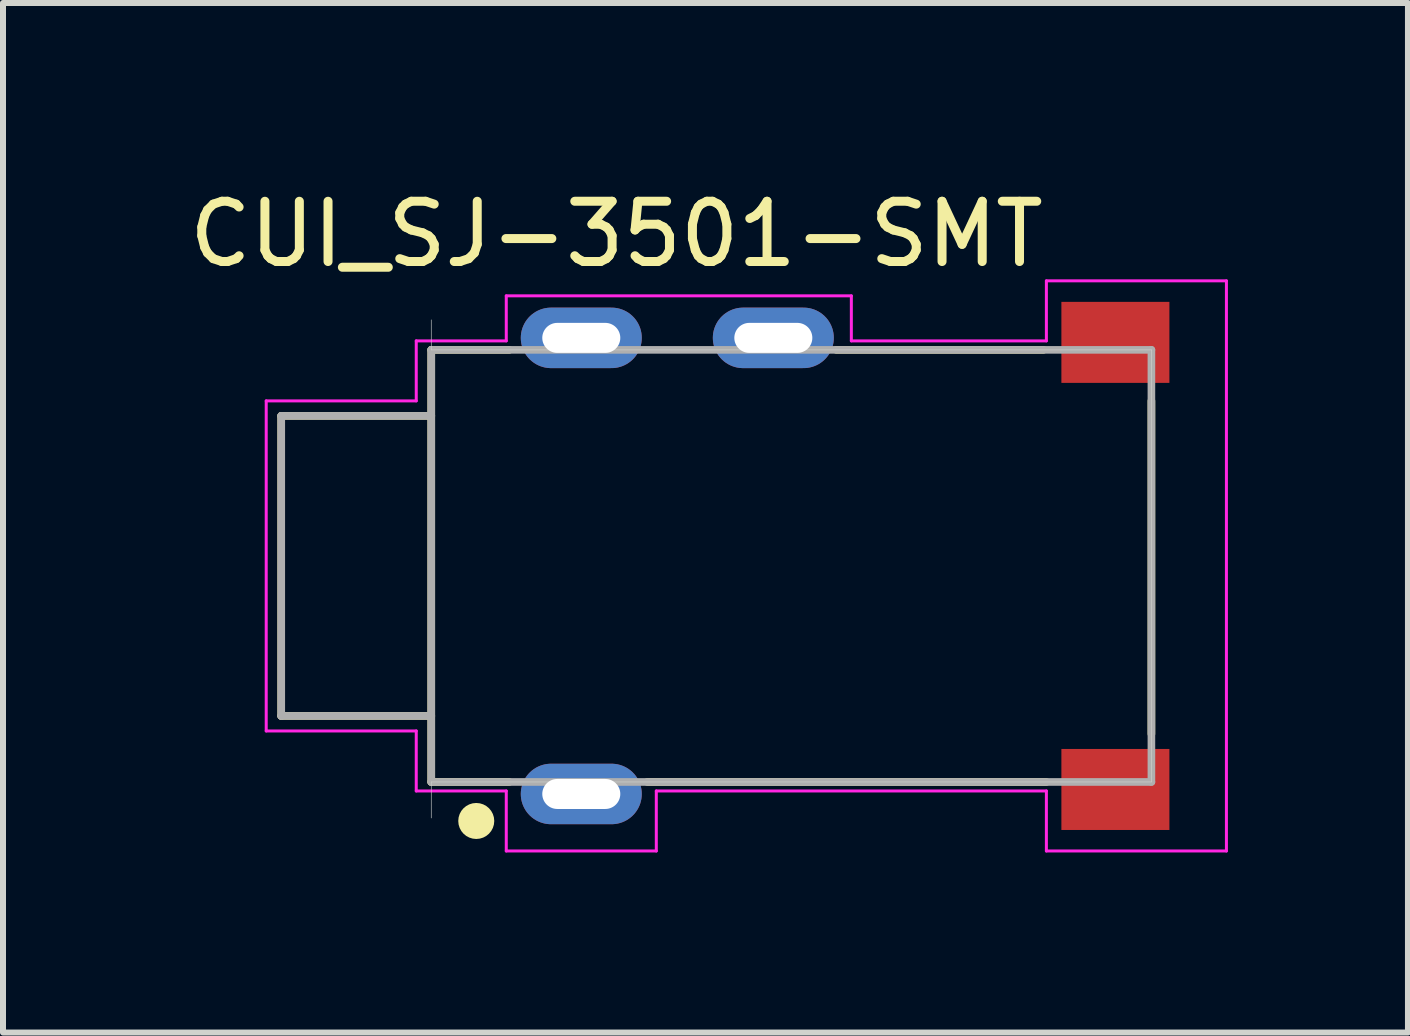
<source format=kicad_pcb>
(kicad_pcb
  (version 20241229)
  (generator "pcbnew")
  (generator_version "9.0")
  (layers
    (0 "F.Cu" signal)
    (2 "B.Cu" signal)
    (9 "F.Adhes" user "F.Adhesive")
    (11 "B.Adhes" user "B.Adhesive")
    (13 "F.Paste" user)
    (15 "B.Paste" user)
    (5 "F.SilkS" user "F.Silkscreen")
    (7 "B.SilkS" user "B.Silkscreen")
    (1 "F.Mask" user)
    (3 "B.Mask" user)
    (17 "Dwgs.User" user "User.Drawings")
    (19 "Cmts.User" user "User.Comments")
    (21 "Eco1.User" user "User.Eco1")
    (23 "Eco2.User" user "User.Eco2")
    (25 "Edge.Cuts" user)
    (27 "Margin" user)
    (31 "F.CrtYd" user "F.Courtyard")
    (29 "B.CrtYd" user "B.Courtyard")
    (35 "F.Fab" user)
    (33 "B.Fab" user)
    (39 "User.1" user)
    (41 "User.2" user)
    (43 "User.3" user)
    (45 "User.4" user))
  (footprint "CUI_SJ-3501-SMT"
    (layer "F.Cu")
    (at 10.136 6.38)
    (property "Reference" "CUI_SJ-3501-SMT" (at -2.915 -5.529 0) (layer "F.SilkS") (effects (font (size 1.004 1.004) (thickness 0.15))))
    (attr through_hole)
    (fp_line (start -8.5 -2.5) (end -8.5 2.5) (stroke (width 0.127) (type solid)) (layer "F.SilkS"))
    (fp_line (start -8.5 2.5) (end -6 2.5) (stroke (width 0.127) (type solid)) (layer "F.SilkS"))
    (fp_line (start -6 -3.6) (end -6 -2.5) (stroke (width 0.127) (type solid)) (layer "F.SilkS"))
    (fp_line (start -6 -2.5) (end -8.5 -2.5) (stroke (width 0.127) (type solid)) (layer "F.SilkS"))
    (fp_line (start -6 -2.5) (end -6 2.5) (stroke (width 0.127) (type solid)) (layer "F.SilkS"))
    (fp_line (start -6 2.5) (end -6 3.6) (stroke (width 0.127) (type solid)) (layer "F.SilkS"))
    (fp_line (start -6 3.6) (end -4.7 3.6) (stroke (width 0.127) (type solid)) (layer "F.SilkS"))
    (fp_line (start -4.7 -3.6) (end -6 -3.6) (stroke (width 0.127) (type solid)) (layer "F.SilkS"))
    (fp_line (start -2.4 3.6) (end 4.25 3.6) (stroke (width 0.127) (type solid)) (layer "F.SilkS"))
    (fp_line (start 0.75 -3.6) (end 4.2 -3.6) (stroke (width 0.127) (type solid)) (layer "F.SilkS"))
    (fp_line (start 6 2.8) (end 6 -2.75) (stroke (width 0.127) (type solid)) (layer "F.SilkS"))
    (fp_circle (center -5.25 4.25) (end -5.1 4.25) (stroke (width 0.3) (type solid)) (fill no) (layer "F.SilkS"))
    (fp_line (start -6 -3.6) (end -6 -4.1) (stroke (width 0.01) (type solid)) (layer "Edge.Cuts"))
    (fp_line (start -6 -3.6) (end 6 -3.6) (stroke (width 0.01) (type solid)) (layer "Edge.Cuts"))
    (fp_line (start -6 3.6) (end -6 4.2) (stroke (width 0.01) (type solid)) (layer "Edge.Cuts"))
    (fp_line (start -6 3.6) (end 6 3.6) (stroke (width 0.01) (type solid)) (layer "Edge.Cuts"))
    (fp_line (start 6 -3.6) (end 6 3.6) (stroke (width 0.01) (type solid)) (layer "Edge.Cuts"))
    (fp_line (start -8.75 -2.75) (end -6.25 -2.75) (stroke (width 0.05) (type solid)) (layer "F.CrtYd"))
    (fp_line (start -8.75 2.75) (end -8.75 -2.75) (stroke (width 0.05) (type solid)) (layer "F.CrtYd"))
    (fp_line (start -6.25 -3.75) (end -4.75 -3.75) (stroke (width 0.05) (type solid)) (layer "F.CrtYd"))
    (fp_line (start -6.25 -2.75) (end -6.25 -3.75) (stroke (width 0.05) (type solid)) (layer "F.CrtYd"))
    (fp_line (start -6.25 2.75) (end -8.75 2.75) (stroke (width 0.05) (type solid)) (layer "F.CrtYd"))
    (fp_line (start -6.25 3.75) (end -6.25 2.75) (stroke (width 0.05) (type solid)) (layer "F.CrtYd"))
    (fp_line (start -4.75 -4.5) (end 1 -4.5) (stroke (width 0.05) (type solid)) (layer "F.CrtYd"))
    (fp_line (start -4.75 -3.75) (end -4.75 -4.5) (stroke (width 0.05) (type solid)) (layer "F.CrtYd"))
    (fp_line (start -4.75 3.75) (end -6.25 3.75) (stroke (width 0.05) (type solid)) (layer "F.CrtYd"))
    (fp_line (start -4.75 4.75) (end -4.75 3.75) (stroke (width 0.05) (type solid)) (layer "F.CrtYd"))
    (fp_line (start -2.25 3.75) (end -2.25 4.75) (stroke (width 0.05) (type solid)) (layer "F.CrtYd"))
    (fp_line (start -2.25 4.75) (end -4.75 4.75) (stroke (width 0.05) (type solid)) (layer "F.CrtYd"))
    (fp_line (start 1 -4.5) (end 1 -3.75) (stroke (width 0.05) (type solid)) (layer "F.CrtYd"))
    (fp_line (start 1 -3.75) (end 4.25 -3.75) (stroke (width 0.05) (type solid)) (layer "F.CrtYd"))
    (fp_line (start 4.25 -4.75) (end 7.25 -4.75) (stroke (width 0.05) (type solid)) (layer "F.CrtYd"))
    (fp_line (start 4.25 -3.75) (end 4.25 -4.75) (stroke (width 0.05) (type solid)) (layer "F.CrtYd"))
    (fp_line (start 4.25 3.75) (end -2.25 3.75) (stroke (width 0.05) (type solid)) (layer "F.CrtYd"))
    (fp_line (start 4.25 4.75) (end 4.25 3.75) (stroke (width 0.05) (type solid)) (layer "F.CrtYd"))
    (fp_line (start 7.25 -4.75) (end 7.25 4.75) (stroke (width 0.05) (type solid)) (layer "F.CrtYd"))
    (fp_line (start 7.25 4.75) (end 4.25 4.75) (stroke (width 0.05) (type solid)) (layer "F.CrtYd"))
    (fp_line (start -8.5 -2.5) (end -8.5 2.5) (stroke (width 0.127) (type solid)) (layer "F.Fab"))
    (fp_line (start -8.5 -2.5) (end -6 -2.5) (stroke (width 0.127) (type solid)) (layer "F.Fab"))
    (fp_line (start -8.5 2.5) (end -6 2.5) (stroke (width 0.127) (type solid)) (layer "F.Fab"))
    (fp_line (start -6 -3.6) (end -6 -2.5) (stroke (width 0.127) (type solid)) (layer "F.Fab"))
    (fp_line (start -6 -2.5) (end -6 2.5) (stroke (width 0.127) (type solid)) (layer "F.Fab"))
    (fp_line (start -6 2.5) (end -6 3.6) (stroke (width 0.127) (type solid)) (layer "F.Fab"))
    (fp_line (start -6 3.6) (end 6 3.6) (stroke (width 0.127) (type solid)) (layer "F.Fab"))
    (fp_line (start 6 -3.6) (end -6 -3.6) (stroke (width 0.127) (type solid)) (layer "F.Fab"))
    (fp_line (start 6 3.6) (end 6 -3.6) (stroke (width 0.127) (type solid)) (layer "F.Fab"))
    (pad "1" thru_hole oval (at -3.5 3.8) (size 2.016 1.008) (drill oval 1.3 0.5) (layers "*.Cu" "*.Mask"))
    (pad "2" smd rect (at 5.4 -3.725) (size 1.8 1.35) (layers "F.Cu" "F.Mask" "F.Paste"))
    (pad "3" thru_hole oval (at -0.3 -3.8) (size 2.016 1.008) (drill oval 1.3 0.5) (layers "*.Cu" "*.Mask"))
    (pad "4" smd rect (at 5.4 3.725) (size 1.8 1.35) (layers "F.Cu" "F.Mask" "F.Paste"))
    (pad "5" thru_hole oval (at -3.5 -3.8) (size 2.016 1.008) (drill oval 1.3 0.5) (layers "*.Cu" "*.Mask")))
  (gr_rect
    (start -3 -3)
    (end 20.411 14.155)
    (stroke (width 0.1) (type default))
    (fill no)
    (layer "Edge.Cuts")))
</source>
